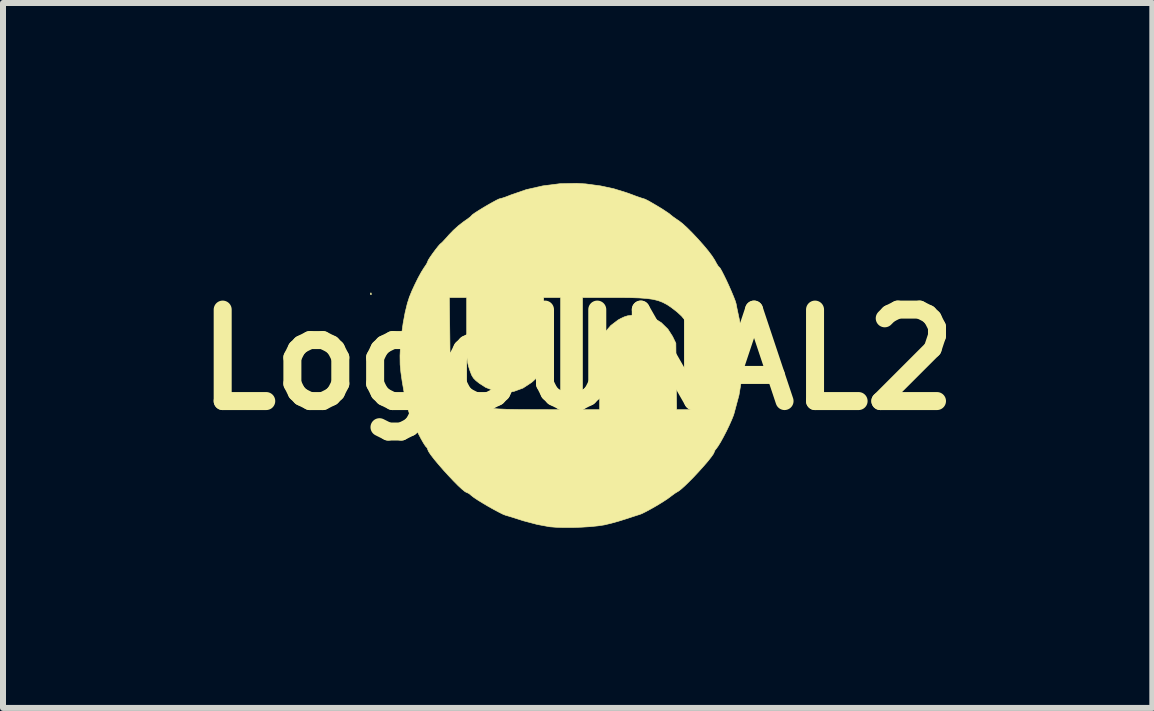
<source format=kicad_pcb>
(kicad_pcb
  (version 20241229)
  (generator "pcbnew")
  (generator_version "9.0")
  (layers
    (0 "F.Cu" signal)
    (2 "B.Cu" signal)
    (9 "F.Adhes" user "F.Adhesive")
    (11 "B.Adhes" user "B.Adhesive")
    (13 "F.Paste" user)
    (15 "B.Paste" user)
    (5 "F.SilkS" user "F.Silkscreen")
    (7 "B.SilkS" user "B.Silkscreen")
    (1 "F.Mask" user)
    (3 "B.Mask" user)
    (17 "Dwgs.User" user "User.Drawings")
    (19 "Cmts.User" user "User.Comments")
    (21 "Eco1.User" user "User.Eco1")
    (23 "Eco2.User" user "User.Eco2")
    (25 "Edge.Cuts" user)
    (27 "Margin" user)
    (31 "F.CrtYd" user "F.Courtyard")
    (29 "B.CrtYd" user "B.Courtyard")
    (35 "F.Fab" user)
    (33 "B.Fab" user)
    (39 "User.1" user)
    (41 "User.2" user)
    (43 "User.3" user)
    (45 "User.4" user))
  (footprint "LogoUNAL2"
    (layer "F.Cu")
    (at 6.575 2.943)
    (property "Reference" "LogoUNAL2" (at 0 0 0) (layer "F.SilkS") (effects (font (size 1.524 1.524) (thickness 0.3))))
    (attr through_hole)
    (fp_poly (pts (xy -3.441 -1.111) (xy -3.438 -1.087) (xy -3.441 -1.084) (xy -3.453 -1.087) (xy -3.454 -1.097) (xy -3.447 -1.114) (xy -3.441 -1.111)) (stroke (width 0.01) (type solid)) (fill yes) (layer "F.SilkS"))
    (fp_poly (pts (xy 0.134 -2.929) (xy 0.38 -2.896) (xy 0.603 -2.848) (xy 0.819 -2.781) (xy 0.891 -2.755) (xy 0.973 -2.724) (xy 1.042 -2.7) (xy 1.088 -2.685) (xy 1.101 -2.682) (xy 1.128 -2.672) (xy 1.181 -2.645) (xy 1.251 -2.605) (xy 1.329 -2.559) (xy 1.407 -2.512) (xy 1.475 -2.467) (xy 1.527 -2.432) (xy 1.544 -2.417) (xy 1.592 -2.379) (xy 1.656 -2.334) (xy 1.687 -2.314) (xy 1.746 -2.268) (xy 1.824 -2.197) (xy 1.912 -2.109) (xy 2.004 -2.011) (xy 2.094 -1.91) (xy 2.175 -1.813) (xy 2.239 -1.728) (xy 2.281 -1.663) (xy 2.284 -1.658) (xy 2.316 -1.599) (xy 2.342 -1.558) (xy 2.356 -1.544) (xy 2.372 -1.527) (xy 2.4 -1.479) (xy 2.436 -1.409) (xy 2.478 -1.323) (xy 2.521 -1.23) (xy 2.562 -1.136) (xy 2.598 -1.05) (xy 2.626 -0.978) (xy 2.641 -0.928) (xy 2.641 -0.925) (xy 2.654 -0.858) (xy 2.673 -0.768) (xy 2.694 -0.669) (xy 2.702 -0.63) (xy 2.746 -0.34) (xy 2.758 -0.034) (xy 2.739 0.279) (xy 2.688 0.59) (xy 2.607 0.892) (xy 2.597 0.925) (xy 2.567 1) (xy 2.526 1.092) (xy 2.478 1.192) (xy 2.427 1.29) (xy 2.379 1.377) (xy 2.338 1.443) (xy 2.315 1.475) (xy 2.286 1.512) (xy 2.276 1.538) (xy 2.262 1.569) (xy 2.224 1.623) (xy 2.168 1.694) (xy 2.097 1.776) (xy 2.018 1.864) (xy 1.936 1.952) (xy 1.855 2.034) (xy 1.781 2.106) (xy 1.719 2.161) (xy 1.675 2.194) (xy 1.67 2.196) (xy 1.618 2.228) (xy 1.56 2.271) (xy 1.551 2.278) (xy 1.497 2.318) (xy 1.419 2.369) (xy 1.328 2.425) (xy 1.232 2.48) (xy 1.144 2.528) (xy 1.072 2.564) (xy 1.036 2.578) (xy 0.985 2.594) (xy 0.908 2.619) (xy 0.82 2.648) (xy 0.782 2.66) (xy 0.676 2.693) (xy 0.56 2.725) (xy 0.456 2.75) (xy 0.437 2.754) (xy 0.337 2.769) (xy 0.209 2.782) (xy 0.063 2.791) (xy -0.089 2.796) (xy -0.236 2.796) (xy -0.365 2.792) (xy -0.466 2.784) (xy -0.675 2.745) (xy -0.902 2.685) (xy -1.006 2.652) (xy -1.084 2.627) (xy -1.153 2.606) (xy -1.198 2.593) (xy -1.199 2.593) (xy -1.241 2.577) (xy -1.309 2.543) (xy -1.394 2.498) (xy -1.487 2.446) (xy -1.58 2.391) (xy -1.663 2.34) (xy -1.729 2.296) (xy -1.768 2.266) (xy -1.809 2.232) (xy -1.842 2.215) (xy -1.845 2.215) (xy -1.875 2.2) (xy -1.926 2.159) (xy -1.993 2.097) (xy -2.07 2.019) (xy -2.153 1.931) (xy -2.237 1.839) (xy -2.317 1.747) (xy -2.388 1.662) (xy -2.446 1.587) (xy -2.484 1.53) (xy -2.499 1.495) (xy -2.499 1.494) (xy -2.511 1.464) (xy -2.518 1.46) (xy -2.537 1.438) (xy -2.57 1.387) (xy -2.611 1.315) (xy -2.656 1.229) (xy -2.702 1.138) (xy -2.745 1.048) (xy -2.779 0.969) (xy -2.795 0.928) (xy -2.829 0.818) (xy -2.864 0.679) (xy -2.896 0.523) (xy -2.924 0.361) (xy -2.946 0.207) (xy -2.958 0.081) (xy -2.96 -0.066) (xy -2.952 -0.237) (xy -2.934 -0.422) (xy -2.908 -0.608) (xy -2.875 -0.785) (xy -2.837 -0.941) (xy -2.806 -1.036) (xy -2.138 -1.036) (xy -2.13 -0.41) (xy -2.123 0.216) (xy -2.056 0.349) (xy -1.954 0.508) (xy -1.827 0.636) (xy -1.675 0.733) (xy -1.495 0.799) (xy -1.473 0.805) (xy -1.412 0.814) (xy -1.313 0.821) (xy -1.176 0.827) (xy -1.004 0.83) (xy -0.828 0.831) (xy -0.284 0.833) (xy 0.081 0.833) (xy 0.366 0.833) (xy 0.366 0.302) (xy 0.366 0.133) (xy 0.367 -0.001) (xy 0.37 -0.104) (xy 0.374 -0.184) (xy 0.38 -0.246) (xy 0.389 -0.295) (xy 0.399 -0.336) (xy 0.401 -0.341) (xy 0.459 -0.461) (xy 0.552 -0.569) (xy 0.673 -0.661) (xy 0.714 -0.684) (xy 0.776 -0.713) (xy 0.832 -0.731) (xy 0.897 -0.739) (xy 0.987 -0.741) (xy 0.996 -0.741) (xy 1.1 -0.738) (xy 1.177 -0.727) (xy 1.244 -0.706) (xy 1.262 -0.698) (xy 1.393 -0.617) (xy 1.504 -0.508) (xy 1.581 -0.388) (xy 1.636 -0.274) (xy 1.642 0.279) (xy 1.649 0.833) (xy 1.93 0.833) (xy 1.93 0.317) (xy 1.929 0.092) (xy 1.923 -0.096) (xy 1.911 -0.254) (xy 1.893 -0.384) (xy 1.868 -0.492) (xy 1.833 -0.582) (xy 1.788 -0.658) (xy 1.732 -0.726) (xy 1.663 -0.79) (xy 1.637 -0.811) (xy 1.559 -0.871) (xy 1.487 -0.919) (xy 1.416 -0.956) (xy 1.34 -0.985) (xy 1.253 -1.006) (xy 1.15 -1.02) (xy 1.026 -1.029) (xy 0.874 -1.034) (xy 0.689 -1.036) (xy 0.605 -1.036) (xy 0.081 -1.036) (xy 0.081 0.833) (xy -0.284 0.833) (xy -0.284 -1.036) (xy -0.566 -1.036) (xy -0.574 -0.472) (xy -0.577 -0.284) (xy -0.581 -0.131) (xy -0.588 -0.009) (xy -0.598 0.088) (xy -0.612 0.163) (xy -0.633 0.222) (xy -0.66 0.271) (xy -0.695 0.313) (xy -0.739 0.354) (xy -0.768 0.379) (xy -0.911 0.473) (xy -1.064 0.529) (xy -1.22 0.546) (xy -1.378 0.523) (xy -1.532 0.462) (xy -1.637 0.395) (xy -1.697 0.347) (xy -1.737 0.306) (xy -1.767 0.256) (xy -1.794 0.186) (xy -1.807 0.147) (xy -1.82 0.104) (xy -1.83 0.061) (xy -1.837 0.012) (xy -1.843 -0.049) (xy -1.846 -0.129) (xy -1.848 -0.232) (xy -1.849 -0.366) (xy -1.849 -0.508) (xy -1.849 -1.036) (xy -2.138 -1.036) (xy -2.806 -1.036) (xy -2.804 -1.043) (xy -2.763 -1.144) (xy -2.712 -1.254) (xy -2.658 -1.363) (xy -2.606 -1.458) (xy -2.561 -1.53) (xy -2.552 -1.543) (xy -2.519 -1.592) (xy -2.501 -1.629) (xy -2.499 -1.637) (xy -2.488 -1.662) (xy -2.458 -1.709) (xy -2.416 -1.769) (xy -2.37 -1.831) (xy -2.328 -1.885) (xy -2.295 -1.923) (xy -2.282 -1.934) (xy -2.262 -1.951) (xy -2.223 -1.992) (xy -2.171 -2.049) (xy -2.148 -2.076) (xy -2.074 -2.153) (xy -1.988 -2.231) (xy -1.907 -2.294) (xy -1.899 -2.3) (xy -1.837 -2.343) (xy -1.791 -2.378) (xy -1.769 -2.399) (xy -1.768 -2.402) (xy -1.751 -2.418) (xy -1.707 -2.449) (xy -1.643 -2.49) (xy -1.568 -2.536) (xy -1.488 -2.583) (xy -1.413 -2.625) (xy -1.35 -2.659) (xy -1.308 -2.679) (xy -1.295 -2.682) (xy -1.263 -2.69) (xy -1.205 -2.709) (xy -1.132 -2.737) (xy -1.115 -2.744) (xy -0.858 -2.833) (xy -0.581 -2.896) (xy -0.297 -2.932) (xy -0.018 -2.938) (xy 0.134 -2.929)) (stroke (width 0.01) (type solid)) (fill yes) (layer "F.SilkS")))
  (gr_rect
    (start -3 -3)
    (end 16.15 8.745)
    (stroke (width 0.1) (type default))
    (fill no)
    (layer "Edge.Cuts")))
</source>
